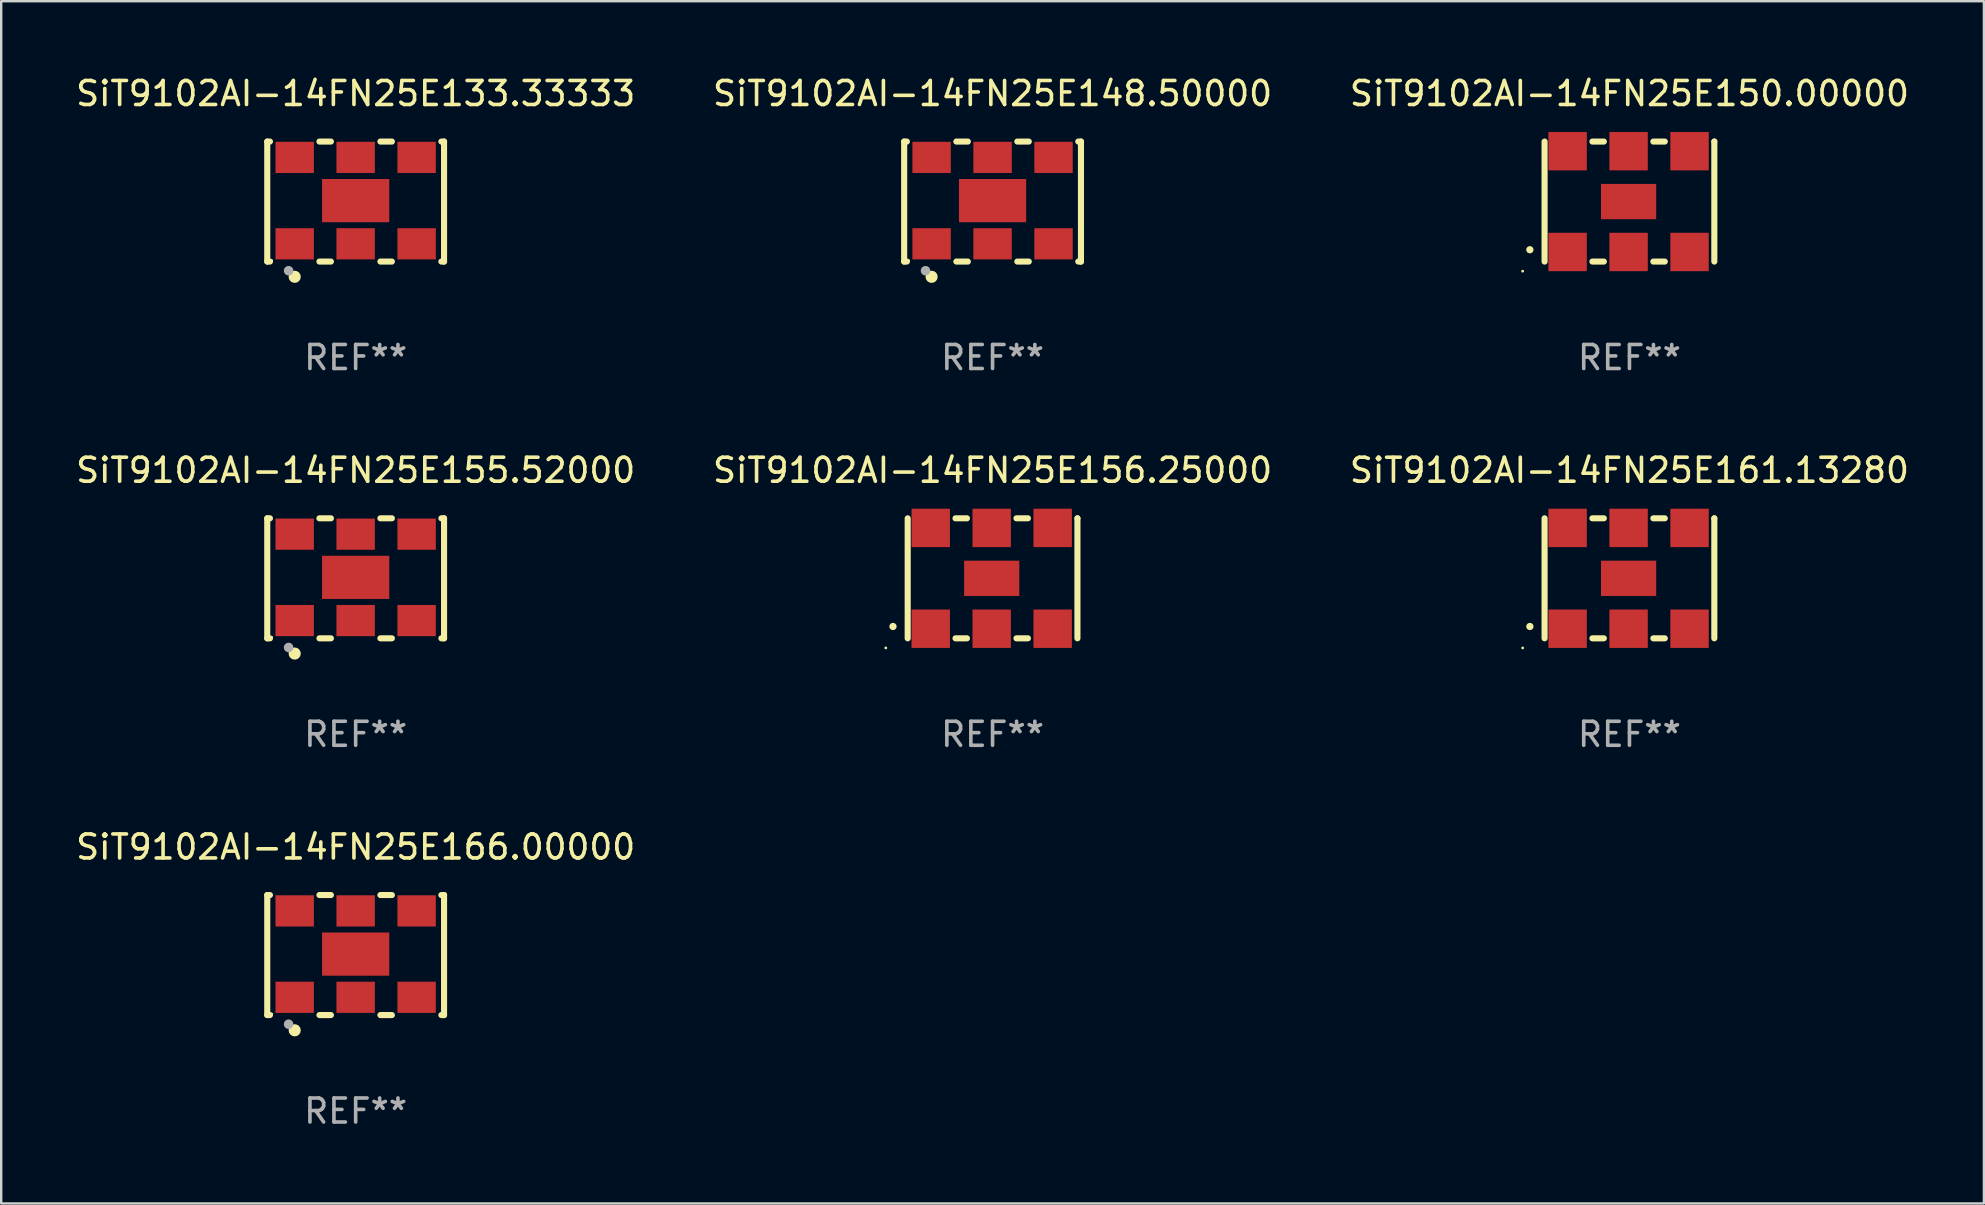
<source format=kicad_pcb>
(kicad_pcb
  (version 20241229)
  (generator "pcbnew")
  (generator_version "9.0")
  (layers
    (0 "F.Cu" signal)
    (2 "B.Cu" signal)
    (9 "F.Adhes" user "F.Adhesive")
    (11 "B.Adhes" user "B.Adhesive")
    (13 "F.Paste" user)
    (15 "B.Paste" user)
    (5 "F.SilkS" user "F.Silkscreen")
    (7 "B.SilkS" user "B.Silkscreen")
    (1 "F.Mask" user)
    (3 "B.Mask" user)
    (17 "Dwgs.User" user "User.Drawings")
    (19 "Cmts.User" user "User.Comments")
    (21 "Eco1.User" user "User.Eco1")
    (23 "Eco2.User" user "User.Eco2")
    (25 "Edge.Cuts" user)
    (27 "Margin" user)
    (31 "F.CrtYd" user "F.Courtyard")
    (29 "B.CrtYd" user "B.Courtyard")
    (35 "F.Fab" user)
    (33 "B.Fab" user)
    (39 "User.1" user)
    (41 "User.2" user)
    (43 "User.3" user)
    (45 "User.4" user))
  (footprint "SiT9102AI-14FN25E161.13280"
    (layer "F.Cu")
    (at 64.839 21.045)
    (property "Reference" "SiT9102AI-14FN25E161.13280" (at 0 -4.5 0) (layer "F.SilkS") (effects (font (size 1 1) (thickness 0.15))))
    (attr through_hole)
    (fp_line (start -3.536 -2.5) (end -3.536 2.5) (stroke (width 0.254) (type solid)) (layer "F.SilkS"))
    (fp_line (start -1.544 2.5) (end -1.067 2.5) (stroke (width 0.254) (type solid)) (layer "F.SilkS"))
    (fp_line (start -1.067 -2.5) (end -1.544 -2.5) (stroke (width 0.254) (type solid)) (layer "F.SilkS"))
    (fp_line (start 0.996 2.5) (end 1.473 2.5) (stroke (width 0.254) (type solid)) (layer "F.SilkS"))
    (fp_line (start 1.473 -2.5) (end 0.996 -2.5) (stroke (width 0.254) (type solid)) (layer "F.SilkS"))
    (fp_line (start 3.536 -2.5) (end 3.536 -2.5) (stroke (width 0.254) (type solid)) (layer "F.SilkS"))
    (fp_line (start 3.536 2.5) (end 3.536 -2.5) (stroke (width 0.254) (type solid)) (layer "F.SilkS"))
    (fp_arc (start -4.150432 2.006604) (mid -4.149162 2.006599) (end -4.147892 2.006604) (stroke (width 0.3) (type solid)) (layer "F.SilkS"))
    (fp_circle (center -4.449 2.9) (end -4.419 2.9) (stroke (width 0.06) (type solid)) (fill no) (layer "F.SilkS"))
    (fp_text user "REF**" (at 0 6.5 0) (layer "F.Fab") (effects (font (size 1 1) (thickness 0.15))))
    (pad "1" smd rect (at -2.576 2.1) (size 1.6 1.6) (layers "F.Cu" "F.Mask" "F.Paste"))
    (pad "2" smd rect (at -0.036 2.1) (size 1.6 1.6) (layers "F.Cu" "F.Mask" "F.Paste"))
    (pad "3" smd rect (at 2.504 2.1) (size 1.6 1.6) (layers "F.Cu" "F.Mask" "F.Paste"))
    (pad "4" smd rect (at 2.504 -2.1) (size 1.6 1.6) (layers "F.Cu" "F.Mask" "F.Paste"))
    (pad "5" smd rect (at -0.036 -2.1) (size 1.6 1.6) (layers "F.Cu" "F.Mask" "F.Paste"))
    (pad "6" smd rect (at -2.576 -2.1) (size 1.6 1.6) (layers "F.Cu" "F.Mask" "F.Paste"))
    (pad "7" smd rect (at -0.036 0) (size 2.3 1.47) (layers "F.Cu" "F.Mask" "F.Paste")))
  (footprint "SiT9102AI-14FN25E166.00000"
    (layer "F.Cu")
    (at 11.768 36.741)
    (property "Reference" "SiT9102AI-14FN25E166.00000" (at 0 -4.5 0) (layer "F.SilkS") (effects (font (size 1 1) (thickness 0.15))))
    (attr through_hole)
    (fp_line (start -3.683 -2.5) (end -3.571 -2.5) (stroke (width 0.254) (type solid)) (layer "F.SilkS"))
    (fp_line (start -3.683 2.5) (end -3.683 -2.5) (stroke (width 0.254) (type solid)) (layer "F.SilkS"))
    (fp_line (start -3.683 2.5) (end -3.571 2.5) (stroke (width 0.254) (type solid)) (layer "F.SilkS"))
    (fp_line (start -1.509 -2.5) (end -1.031 -2.5) (stroke (width 0.254) (type solid)) (layer "F.SilkS"))
    (fp_line (start -1.509 2.5) (end -1.031 2.5) (stroke (width 0.254) (type solid)) (layer "F.SilkS"))
    (fp_line (start 1.031 -2.5) (end 1.509 -2.5) (stroke (width 0.254) (type solid)) (layer "F.SilkS"))
    (fp_line (start 1.031 2.5) (end 1.509 2.5) (stroke (width 0.254) (type solid)) (layer "F.SilkS"))
    (fp_line (start 3.571 -2.5) (end 3.683 -2.5) (stroke (width 0.254) (type solid)) (layer "F.SilkS"))
    (fp_line (start 3.571 2.5) (end 3.683 2.5) (stroke (width 0.254) (type solid)) (layer "F.SilkS"))
    (fp_line (start 3.683 2.5) (end 3.683 -2.5) (stroke (width 0.254) (type solid)) (layer "F.SilkS"))
    (fp_circle (center -3.5 2.46) (end -3.47 2.46) (stroke (width 0.06) (type solid)) (fill no) (layer "F.SilkS"))
    (fp_circle (center -2.54 3.135) (end -2.413 3.135) (stroke (width 0.254) (type solid)) (fill no) (layer "F.SilkS"))
    (fp_circle (center -2.794 2.881) (end -2.694 2.881) (stroke (width 0.2) (type solid)) (fill no) (layer "F.Fab"))
    (fp_text user "REF**" (at 0 6.5 0) (layer "F.Fab") (effects (font (size 1 1) (thickness 0.15))))
    (pad "1" smd rect (at -2.54 1.76) (size 1.6 1.3) (layers "F.Cu" "F.Mask" "F.Paste"))
    (pad "2" smd rect (at 0 1.76) (size 1.6 1.3) (layers "F.Cu" "F.Mask" "F.Paste"))
    (pad "3" smd rect (at 2.54 1.76) (size 1.6 1.3) (layers "F.Cu" "F.Mask" "F.Paste"))
    (pad "4" smd rect (at 2.54 -1.84) (size 1.6 1.3) (layers "F.Cu" "F.Mask" "F.Paste"))
    (pad "5" smd rect (at 0 -1.84) (size 1.6 1.3) (layers "F.Cu" "F.Mask" "F.Paste"))
    (pad "6" smd rect (at -2.54 -1.84) (size 1.6 1.3) (layers "F.Cu" "F.Mask" "F.Paste"))
    (pad "7" smd rect (at 0 -0.04) (size 2.8 1.8) (layers "F.Cu" "F.Mask" "F.Paste")))
  (footprint "SiT9102AI-14FN25E155.52000"
    (layer "F.Cu")
    (at 11.768 21.045)
    (property "Reference" "SiT9102AI-14FN25E155.52000" (at 0 -4.5 0) (layer "F.SilkS") (effects (font (size 1 1) (thickness 0.15))))
    (attr through_hole)
    (fp_line (start -3.683 -2.5) (end -3.571 -2.5) (stroke (width 0.254) (type solid)) (layer "F.SilkS"))
    (fp_line (start -3.683 2.5) (end -3.683 -2.5) (stroke (width 0.254) (type solid)) (layer "F.SilkS"))
    (fp_line (start -3.683 2.5) (end -3.571 2.5) (stroke (width 0.254) (type solid)) (layer "F.SilkS"))
    (fp_line (start -1.509 -2.5) (end -1.031 -2.5) (stroke (width 0.254) (type solid)) (layer "F.SilkS"))
    (fp_line (start -1.509 2.5) (end -1.031 2.5) (stroke (width 0.254) (type solid)) (layer "F.SilkS"))
    (fp_line (start 1.031 -2.5) (end 1.509 -2.5) (stroke (width 0.254) (type solid)) (layer "F.SilkS"))
    (fp_line (start 1.031 2.5) (end 1.509 2.5) (stroke (width 0.254) (type solid)) (layer "F.SilkS"))
    (fp_line (start 3.571 -2.5) (end 3.683 -2.5) (stroke (width 0.254) (type solid)) (layer "F.SilkS"))
    (fp_line (start 3.571 2.5) (end 3.683 2.5) (stroke (width 0.254) (type solid)) (layer "F.SilkS"))
    (fp_line (start 3.683 2.5) (end 3.683 -2.5) (stroke (width 0.254) (type solid)) (layer "F.SilkS"))
    (fp_circle (center -3.5 2.46) (end -3.47 2.46) (stroke (width 0.06) (type solid)) (fill no) (layer "F.SilkS"))
    (fp_circle (center -2.54 3.135) (end -2.413 3.135) (stroke (width 0.254) (type solid)) (fill no) (layer "F.SilkS"))
    (fp_circle (center -2.794 2.881) (end -2.694 2.881) (stroke (width 0.2) (type solid)) (fill no) (layer "F.Fab"))
    (fp_text user "REF**" (at 0 6.5 0) (layer "F.Fab") (effects (font (size 1 1) (thickness 0.15))))
    (pad "1" smd rect (at -2.54 1.76) (size 1.6 1.3) (layers "F.Cu" "F.Mask" "F.Paste"))
    (pad "2" smd rect (at 0 1.76) (size 1.6 1.3) (layers "F.Cu" "F.Mask" "F.Paste"))
    (pad "3" smd rect (at 2.54 1.76) (size 1.6 1.3) (layers "F.Cu" "F.Mask" "F.Paste"))
    (pad "4" smd rect (at 2.54 -1.84) (size 1.6 1.3) (layers "F.Cu" "F.Mask" "F.Paste"))
    (pad "5" smd rect (at 0 -1.84) (size 1.6 1.3) (layers "F.Cu" "F.Mask" "F.Paste"))
    (pad "6" smd rect (at -2.54 -1.84) (size 1.6 1.3) (layers "F.Cu" "F.Mask" "F.Paste"))
    (pad "7" smd rect (at 0 -0.04) (size 2.8 1.8) (layers "F.Cu" "F.Mask" "F.Paste")))
  (footprint "SiT9102AI-14FN25E148.50000"
    (layer "F.Cu")
    (at 38.304 5.348)
    (property "Reference" "SiT9102AI-14FN25E148.50000" (at 0 -4.5 0) (layer "F.SilkS") (effects (font (size 1 1) (thickness 0.15))))
    (attr through_hole)
    (fp_line (start -3.683 -2.5) (end -3.571 -2.5) (stroke (width 0.254) (type solid)) (layer "F.SilkS"))
    (fp_line (start -3.683 2.5) (end -3.683 -2.5) (stroke (width 0.254) (type solid)) (layer "F.SilkS"))
    (fp_line (start -3.683 2.5) (end -3.571 2.5) (stroke (width 0.254) (type solid)) (layer "F.SilkS"))
    (fp_line (start -1.509 -2.5) (end -1.031 -2.5) (stroke (width 0.254) (type solid)) (layer "F.SilkS"))
    (fp_line (start -1.509 2.5) (end -1.031 2.5) (stroke (width 0.254) (type solid)) (layer "F.SilkS"))
    (fp_line (start 1.031 -2.5) (end 1.509 -2.5) (stroke (width 0.254) (type solid)) (layer "F.SilkS"))
    (fp_line (start 1.031 2.5) (end 1.509 2.5) (stroke (width 0.254) (type solid)) (layer "F.SilkS"))
    (fp_line (start 3.571 -2.5) (end 3.683 -2.5) (stroke (width 0.254) (type solid)) (layer "F.SilkS"))
    (fp_line (start 3.571 2.5) (end 3.683 2.5) (stroke (width 0.254) (type solid)) (layer "F.SilkS"))
    (fp_line (start 3.683 2.5) (end 3.683 -2.5) (stroke (width 0.254) (type solid)) (layer "F.SilkS"))
    (fp_circle (center -3.5 2.46) (end -3.47 2.46) (stroke (width 0.06) (type solid)) (fill no) (layer "F.SilkS"))
    (fp_circle (center -2.54 3.135) (end -2.413 3.135) (stroke (width 0.254) (type solid)) (fill no) (layer "F.SilkS"))
    (fp_circle (center -2.794 2.881) (end -2.694 2.881) (stroke (width 0.2) (type solid)) (fill no) (layer "F.Fab"))
    (fp_text user "REF**" (at 0 6.5 0) (layer "F.Fab") (effects (font (size 1 1) (thickness 0.15))))
    (pad "1" smd rect (at -2.54 1.76) (size 1.6 1.3) (layers "F.Cu" "F.Mask" "F.Paste"))
    (pad "2" smd rect (at 0 1.76) (size 1.6 1.3) (layers "F.Cu" "F.Mask" "F.Paste"))
    (pad "3" smd rect (at 2.54 1.76) (size 1.6 1.3) (layers "F.Cu" "F.Mask" "F.Paste"))
    (pad "4" smd rect (at 2.54 -1.84) (size 1.6 1.3) (layers "F.Cu" "F.Mask" "F.Paste"))
    (pad "5" smd rect (at 0 -1.84) (size 1.6 1.3) (layers "F.Cu" "F.Mask" "F.Paste"))
    (pad "6" smd rect (at -2.54 -1.84) (size 1.6 1.3) (layers "F.Cu" "F.Mask" "F.Paste"))
    (pad "7" smd rect (at 0 -0.04) (size 2.8 1.8) (layers "F.Cu" "F.Mask" "F.Paste")))
  (footprint "SiT9102AI-14FN25E133.33333"
    (layer "F.Cu")
    (at 11.768 5.348)
    (property "Reference" "SiT9102AI-14FN25E133.33333" (at 0 -4.5 0) (layer "F.SilkS") (effects (font (size 1 1) (thickness 0.15))))
    (attr through_hole)
    (fp_line (start -3.683 -2.5) (end -3.571 -2.5) (stroke (width 0.254) (type solid)) (layer "F.SilkS"))
    (fp_line (start -3.683 2.5) (end -3.683 -2.5) (stroke (width 0.254) (type solid)) (layer "F.SilkS"))
    (fp_line (start -3.683 2.5) (end -3.571 2.5) (stroke (width 0.254) (type solid)) (layer "F.SilkS"))
    (fp_line (start -1.509 -2.5) (end -1.031 -2.5) (stroke (width 0.254) (type solid)) (layer "F.SilkS"))
    (fp_line (start -1.509 2.5) (end -1.031 2.5) (stroke (width 0.254) (type solid)) (layer "F.SilkS"))
    (fp_line (start 1.031 -2.5) (end 1.509 -2.5) (stroke (width 0.254) (type solid)) (layer "F.SilkS"))
    (fp_line (start 1.031 2.5) (end 1.509 2.5) (stroke (width 0.254) (type solid)) (layer "F.SilkS"))
    (fp_line (start 3.571 -2.5) (end 3.683 -2.5) (stroke (width 0.254) (type solid)) (layer "F.SilkS"))
    (fp_line (start 3.571 2.5) (end 3.683 2.5) (stroke (width 0.254) (type solid)) (layer "F.SilkS"))
    (fp_line (start 3.683 2.5) (end 3.683 -2.5) (stroke (width 0.254) (type solid)) (layer "F.SilkS"))
    (fp_circle (center -3.5 2.46) (end -3.47 2.46) (stroke (width 0.06) (type solid)) (fill no) (layer "F.SilkS"))
    (fp_circle (center -2.54 3.135) (end -2.413 3.135) (stroke (width 0.254) (type solid)) (fill no) (layer "F.SilkS"))
    (fp_circle (center -2.794 2.881) (end -2.694 2.881) (stroke (width 0.2) (type solid)) (fill no) (layer "F.Fab"))
    (fp_text user "REF**" (at 0 6.5 0) (layer "F.Fab") (effects (font (size 1 1) (thickness 0.15))))
    (pad "1" smd rect (at -2.54 1.76) (size 1.6 1.3) (layers "F.Cu" "F.Mask" "F.Paste"))
    (pad "2" smd rect (at 0 1.76) (size 1.6 1.3) (layers "F.Cu" "F.Mask" "F.Paste"))
    (pad "3" smd rect (at 2.54 1.76) (size 1.6 1.3) (layers "F.Cu" "F.Mask" "F.Paste"))
    (pad "4" smd rect (at 2.54 -1.84) (size 1.6 1.3) (layers "F.Cu" "F.Mask" "F.Paste"))
    (pad "5" smd rect (at 0 -1.84) (size 1.6 1.3) (layers "F.Cu" "F.Mask" "F.Paste"))
    (pad "6" smd rect (at -2.54 -1.84) (size 1.6 1.3) (layers "F.Cu" "F.Mask" "F.Paste"))
    (pad "7" smd rect (at 0 -0.04) (size 2.8 1.8) (layers "F.Cu" "F.Mask" "F.Paste")))
  (footprint "SiT9102AI-14FN25E150.00000"
    (layer "F.Cu")
    (at 64.839 5.348)
    (property "Reference" "SiT9102AI-14FN25E150.00000" (at 0 -4.5 0) (layer "F.SilkS") (effects (font (size 1 1) (thickness 0.15))))
    (attr through_hole)
    (fp_line (start -3.536 -2.5) (end -3.536 2.5) (stroke (width 0.254) (type solid)) (layer "F.SilkS"))
    (fp_line (start -1.544 2.5) (end -1.067 2.5) (stroke (width 0.254) (type solid)) (layer "F.SilkS"))
    (fp_line (start -1.067 -2.5) (end -1.544 -2.5) (stroke (width 0.254) (type solid)) (layer "F.SilkS"))
    (fp_line (start 0.996 2.5) (end 1.473 2.5) (stroke (width 0.254) (type solid)) (layer "F.SilkS"))
    (fp_line (start 1.473 -2.5) (end 0.996 -2.5) (stroke (width 0.254) (type solid)) (layer "F.SilkS"))
    (fp_line (start 3.536 -2.5) (end 3.536 -2.5) (stroke (width 0.254) (type solid)) (layer "F.SilkS"))
    (fp_line (start 3.536 2.5) (end 3.536 -2.5) (stroke (width 0.254) (type solid)) (layer "F.SilkS"))
    (fp_arc (start -4.150432 2.006604) (mid -4.149162 2.006599) (end -4.147892 2.006604) (stroke (width 0.3) (type solid)) (layer "F.SilkS"))
    (fp_circle (center -4.449 2.9) (end -4.419 2.9) (stroke (width 0.06) (type solid)) (fill no) (layer "F.SilkS"))
    (fp_text user "REF**" (at 0 6.5 0) (layer "F.Fab") (effects (font (size 1 1) (thickness 0.15))))
    (pad "1" smd rect (at -2.576 2.1) (size 1.6 1.6) (layers "F.Cu" "F.Mask" "F.Paste"))
    (pad "2" smd rect (at -0.036 2.1) (size 1.6 1.6) (layers "F.Cu" "F.Mask" "F.Paste"))
    (pad "3" smd rect (at 2.504 2.1) (size 1.6 1.6) (layers "F.Cu" "F.Mask" "F.Paste"))
    (pad "4" smd rect (at 2.504 -2.1) (size 1.6 1.6) (layers "F.Cu" "F.Mask" "F.Paste"))
    (pad "5" smd rect (at -0.036 -2.1) (size 1.6 1.6) (layers "F.Cu" "F.Mask" "F.Paste"))
    (pad "6" smd rect (at -2.576 -2.1) (size 1.6 1.6) (layers "F.Cu" "F.Mask" "F.Paste"))
    (pad "7" smd rect (at -0.036 0) (size 2.3 1.47) (layers "F.Cu" "F.Mask" "F.Paste")))
  (footprint "SiT9102AI-14FN25E156.25000"
    (layer "F.Cu")
    (at 38.304 21.045)
    (property "Reference" "SiT9102AI-14FN25E156.25000" (at 0 -4.5 0) (layer "F.SilkS") (effects (font (size 1 1) (thickness 0.15))))
    (attr through_hole)
    (fp_line (start -3.536 -2.5) (end -3.536 2.5) (stroke (width 0.254) (type solid)) (layer "F.SilkS"))
    (fp_line (start -1.544 2.5) (end -1.067 2.5) (stroke (width 0.254) (type solid)) (layer "F.SilkS"))
    (fp_line (start -1.067 -2.5) (end -1.544 -2.5) (stroke (width 0.254) (type solid)) (layer "F.SilkS"))
    (fp_line (start 0.996 2.5) (end 1.473 2.5) (stroke (width 0.254) (type solid)) (layer "F.SilkS"))
    (fp_line (start 1.473 -2.5) (end 0.996 -2.5) (stroke (width 0.254) (type solid)) (layer "F.SilkS"))
    (fp_line (start 3.536 -2.5) (end 3.536 -2.5) (stroke (width 0.254) (type solid)) (layer "F.SilkS"))
    (fp_line (start 3.536 2.5) (end 3.536 -2.5) (stroke (width 0.254) (type solid)) (layer "F.SilkS"))
    (fp_arc (start -4.150432 2.006604) (mid -4.149162 2.006599) (end -4.147892 2.006604) (stroke (width 0.3) (type solid)) (layer "F.SilkS"))
    (fp_circle (center -4.449 2.9) (end -4.419 2.9) (stroke (width 0.06) (type solid)) (fill no) (layer "F.SilkS"))
    (fp_text user "REF**" (at 0 6.5 0) (layer "F.Fab") (effects (font (size 1 1) (thickness 0.15))))
    (pad "1" smd rect (at -2.576 2.1) (size 1.6 1.6) (layers "F.Cu" "F.Mask" "F.Paste"))
    (pad "2" smd rect (at -0.036 2.1) (size 1.6 1.6) (layers "F.Cu" "F.Mask" "F.Paste"))
    (pad "3" smd rect (at 2.504 2.1) (size 1.6 1.6) (layers "F.Cu" "F.Mask" "F.Paste"))
    (pad "4" smd rect (at 2.504 -2.1) (size 1.6 1.6) (layers "F.Cu" "F.Mask" "F.Paste"))
    (pad "5" smd rect (at -0.036 -2.1) (size 1.6 1.6) (layers "F.Cu" "F.Mask" "F.Paste"))
    (pad "6" smd rect (at -2.576 -2.1) (size 1.6 1.6) (layers "F.Cu" "F.Mask" "F.Paste"))
    (pad "7" smd rect (at -0.036 0) (size 2.3 1.47) (layers "F.Cu" "F.Mask" "F.Paste")))
  (gr_rect
    (start -3 -3)
    (end 79.607 47.09)
    (stroke (width 0.1) (type default))
    (fill no)
    (layer "Edge.Cuts")))
</source>
